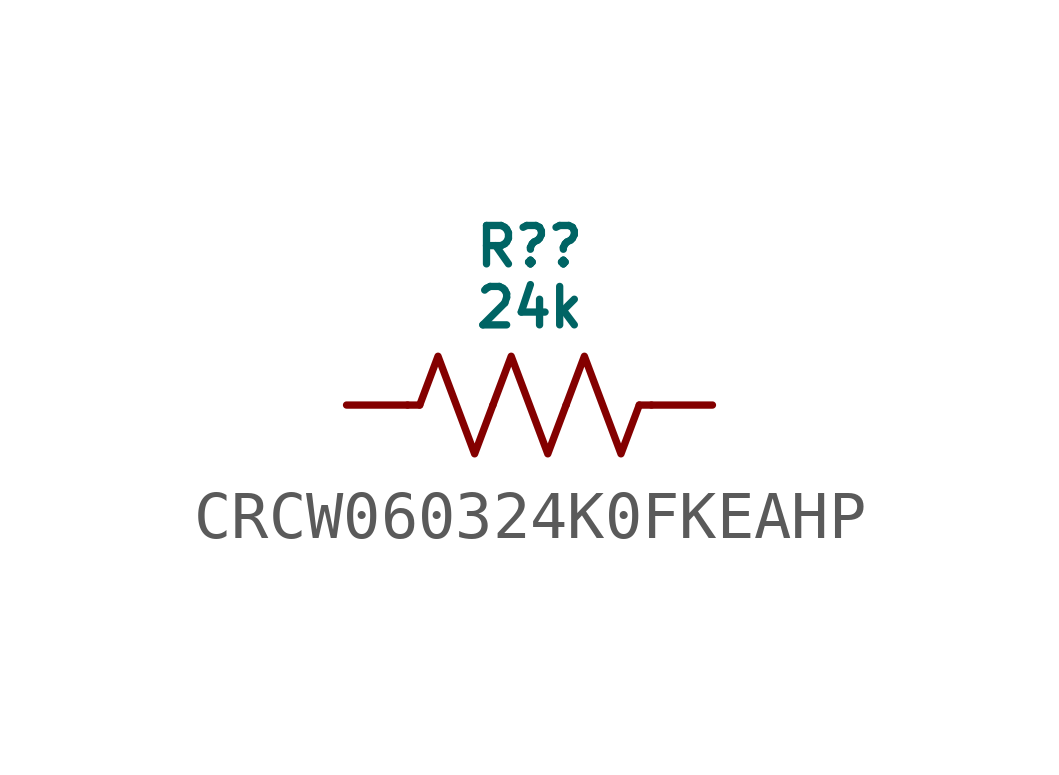
<source format=kicad_sym>
(kicad_symbol_lib
  (version 20231120)
  (generator "kicad_symbol_editor")
  (generator_version "8.0")
  (symbol "CRCW060324K0FKEAHP"
    (pin_numbers hide)
    (pin_names hide)
    (property "Reference" "R?"
      (at 0 3.302 0)
      (do_not_autoplace)
      (effects (font (size 0.8 0.8))))
    (property "Value" "24k"
      (at 0 2.032 0)
      (do_not_autoplace)
      (effects (font (size 0.8 0.8))))
    (symbol "CRCW060324K0FKEAHP_0_1"
      (polyline (pts (xy -2.286 0) (xy -2.54 0)) (stroke (width 0) (type default)) (fill (type none)))
      (polyline (pts (xy 2.286 0) (xy 2.54 0)) (stroke (width 0) (type default)) (fill (type none)))
      (polyline (pts (xy -2.286 0) (xy -1.905 1.016) (xy -1.524 0) (xy -1.143 -1.016) (xy -0.762 0)) (stroke (width 0) (type default)) (fill (type none)))
      (polyline (pts (xy -0.762 0) (xy -0.381 1.016) (xy 0 0) (xy 0.381 -1.016) (xy 0.762 0)) (stroke (width 0) (type default)) (fill (type none)))
      (polyline (pts (xy 0.762 0) (xy 1.143 1.016) (xy 1.524 0) (xy 1.905 -1.016) (xy 2.286 0)) (stroke (width 0) (type default)) (fill (type none))))
    (symbol "CRCW060324K0FKEAHP_1_0"
      (pin passive line (at -3.81 0 0) (length 1.27) (name "" (effects (font (size 0.8 0.8)))) (number "1" (effects (font (size 0.8 0.8)))))
      (pin passive line (at 3.81 0 180) (length 1.27) (name "" (effects (font (size 0.8 0.8)))) (number "2" (effects (font (size 0.8 0.8))))))))
</source>
